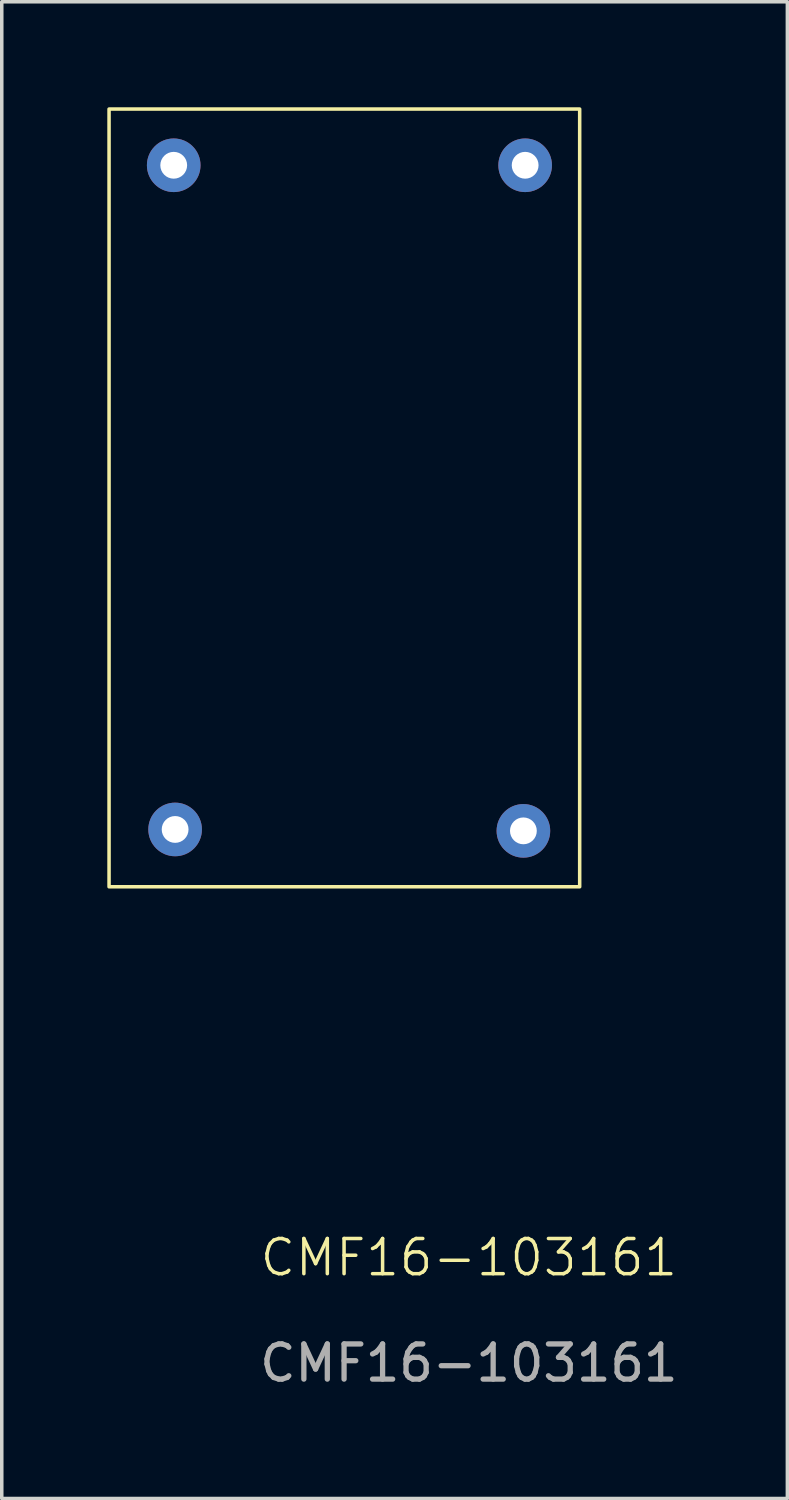
<source format=kicad_pcb>
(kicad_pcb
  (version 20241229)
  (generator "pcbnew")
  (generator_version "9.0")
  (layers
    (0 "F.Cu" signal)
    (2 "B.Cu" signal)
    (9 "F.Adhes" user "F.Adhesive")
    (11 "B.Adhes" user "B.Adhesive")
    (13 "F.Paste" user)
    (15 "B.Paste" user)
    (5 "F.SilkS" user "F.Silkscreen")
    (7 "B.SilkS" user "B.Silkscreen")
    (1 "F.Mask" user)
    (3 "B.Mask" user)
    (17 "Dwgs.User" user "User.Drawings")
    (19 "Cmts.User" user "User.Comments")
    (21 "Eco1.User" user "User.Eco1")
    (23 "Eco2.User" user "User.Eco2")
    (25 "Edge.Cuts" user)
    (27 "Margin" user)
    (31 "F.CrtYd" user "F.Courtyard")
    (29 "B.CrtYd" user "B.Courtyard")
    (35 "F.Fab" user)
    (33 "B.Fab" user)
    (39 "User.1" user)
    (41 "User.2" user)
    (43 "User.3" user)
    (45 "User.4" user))
  (footprint "CMF16-103161"
    (layer "F.Cu")
    (at 10.278 33.198)
    (property "Reference" "CMF16-103161" (at 0 -0.5 0) (unlocked yes) (layer "F.SilkS") (effects (font (size 1 1) (thickness 0.1))))
    (attr through_hole)
    (fp_rect (start -10.228 -33.148) (end 3.15 -11.04) (stroke (width 0.1) (type default)) (fill no) (layer "F.SilkS"))
    (fp_text user "${REFERENCE}" (at 0 2.5 0) (unlocked yes) (layer "F.Fab") (effects (font (size 1 1) (thickness 0.15))))
    (pad "1" thru_hole circle (at -8.35 -12.67) (size 1.524 1.524) (drill 0.762) (layers "*.Cu" "*.Mask"))
    (pad "2" thru_hole circle (at 1.55 -12.63) (size 1.524 1.524) (drill 0.762) (layers "*.Cu" "*.Mask"))
    (pad "3" thru_hole circle (at -8.39 -31.55) (size 1.524 1.524) (drill 0.762) (layers "*.Cu" "*.Mask"))
    (pad "4" thru_hole circle (at 1.6 -31.55) (size 1.524 1.524) (drill 0.762) (layers "*.Cu" "*.Mask")))
  (gr_rect
    (start -3 -3)
    (end 19.332 39.546)
    (stroke (width 0.1) (type default))
    (fill no)
    (layer "Edge.Cuts")))
</source>
